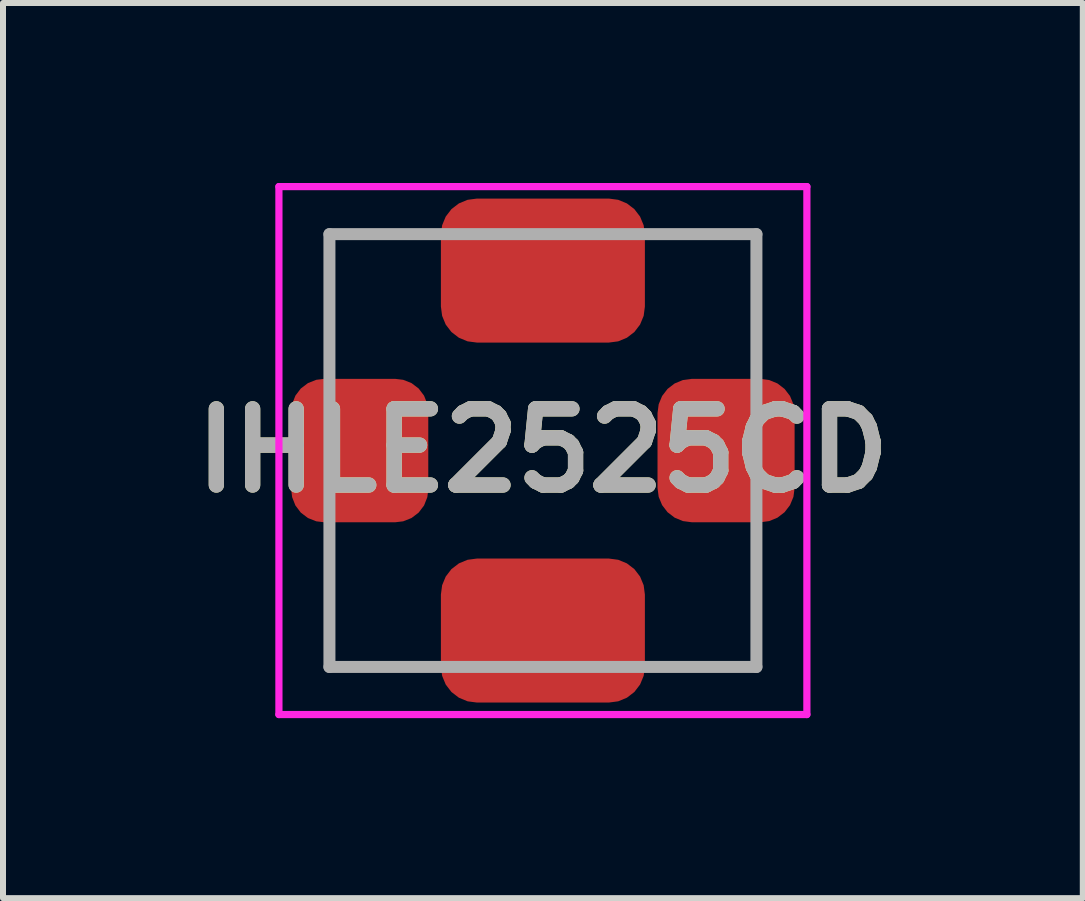
<source format=kicad_pcb>
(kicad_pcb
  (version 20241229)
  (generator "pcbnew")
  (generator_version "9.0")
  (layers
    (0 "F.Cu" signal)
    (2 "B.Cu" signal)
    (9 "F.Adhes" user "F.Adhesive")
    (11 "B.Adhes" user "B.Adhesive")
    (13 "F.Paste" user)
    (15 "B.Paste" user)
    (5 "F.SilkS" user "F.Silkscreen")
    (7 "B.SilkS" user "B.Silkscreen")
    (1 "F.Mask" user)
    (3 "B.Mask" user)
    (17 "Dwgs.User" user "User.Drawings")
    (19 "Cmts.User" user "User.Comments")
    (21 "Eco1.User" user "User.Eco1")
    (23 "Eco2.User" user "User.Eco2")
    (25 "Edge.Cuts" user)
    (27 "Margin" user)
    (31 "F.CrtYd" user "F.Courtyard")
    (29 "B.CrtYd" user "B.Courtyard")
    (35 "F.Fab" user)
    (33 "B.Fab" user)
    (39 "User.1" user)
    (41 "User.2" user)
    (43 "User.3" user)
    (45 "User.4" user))
  (footprint "IHLE2525CD"
    (layer "F.Cu")
    (at 5.999 4.46)
    (property "Reference" "IHLE2525CD" (at 0 0 0) (layer "F.SilkS") (effects (font (size 1.27 1.27) (thickness 0.254))))
    (attr smd)
    (fp_line (start -3.558 -3.6) (end -3.558 -1.4) (stroke (width 0.1) (type solid)) (layer "F.SilkS"))
    (fp_line (start -3.558 1.4) (end -3.558 3.607) (stroke (width 0.1) (type solid)) (layer "F.SilkS"))
    (fp_line (start -3.558 3.607) (end -2 3.607) (stroke (width 0.1) (type solid)) (layer "F.SilkS"))
    (fp_line (start -2 -3.6) (end -3.558 -3.6) (stroke (width 0.1) (type solid)) (layer "F.SilkS"))
    (fp_line (start 2 -3.607) (end 3.559 -3.6) (stroke (width 0.1) (type solid)) (layer "F.SilkS"))
    (fp_line (start 2 3.607) (end 3.559 3.6) (stroke (width 0.1) (type solid)) (layer "F.SilkS"))
    (fp_line (start 3.559 -3.6) (end 3.559 -1.4) (stroke (width 0.1) (type solid)) (layer "F.SilkS"))
    (fp_line (start 3.559 3.6) (end 3.559 1.4) (stroke (width 0.1) (type solid)) (layer "F.SilkS"))
    (fp_line (start -4.4 -4.4) (end 4.4 -4.4) (stroke (width 0.12) (type solid)) (layer "F.CrtYd"))
    (fp_line (start -4.4 4.4) (end -4.4 -4.4) (stroke (width 0.12) (type solid)) (layer "F.CrtYd"))
    (fp_line (start 4.4 -4.4) (end 4.4 4.4) (stroke (width 0.12) (type solid)) (layer "F.CrtYd"))
    (fp_line (start 4.4 4.4) (end -4.4 4.4) (stroke (width 0.12) (type solid)) (layer "F.CrtYd"))
    (fp_line (start -3.558 -3.607) (end 3.559 -3.607) (stroke (width 0.2) (type solid)) (layer "F.Fab"))
    (fp_line (start -3.558 3.607) (end -3.558 -3.607) (stroke (width 0.2) (type solid)) (layer "F.Fab"))
    (fp_line (start 3.559 -3.607) (end 3.559 3.607) (stroke (width 0.2) (type solid)) (layer "F.Fab"))
    (fp_line (start 3.559 3.607) (end -3.558 3.607) (stroke (width 0.2) (type solid)) (layer "F.Fab"))
    (fp_text user "${REFERENCE}" (at 0 0 0) (layer "F.Fab") (effects (font (size 1.27 1.27) (thickness 0.254))))
    (pad "1" smd roundrect (at 0 3 90) (size 2.4 3.4) (layers "F.Cu" "F.Mask" "F.Paste") (roundrect_rratio 0.25))
    (pad "2" smd roundrect (at 0 -3 90) (size 2.4 3.4) (layers "F.Cu" "F.Mask" "F.Paste") (roundrect_rratio 0.25))
    (pad "3" smd roundrect (at 3.053 0) (size 2.285 2.39) (layers "F.Cu" "F.Mask" "F.Paste") (roundrect_rratio 0.25))
    (pad "4" smd roundrect (at -3.053 0) (size 2.285 2.39) (layers "F.Cu" "F.Mask" "F.Paste") (roundrect_rratio 0.24)))
  (gr_rect
    (start -3 -3)
    (end 14.998 11.92)
    (stroke (width 0.1) (type default))
    (fill no)
    (layer "Edge.Cuts")))
</source>
